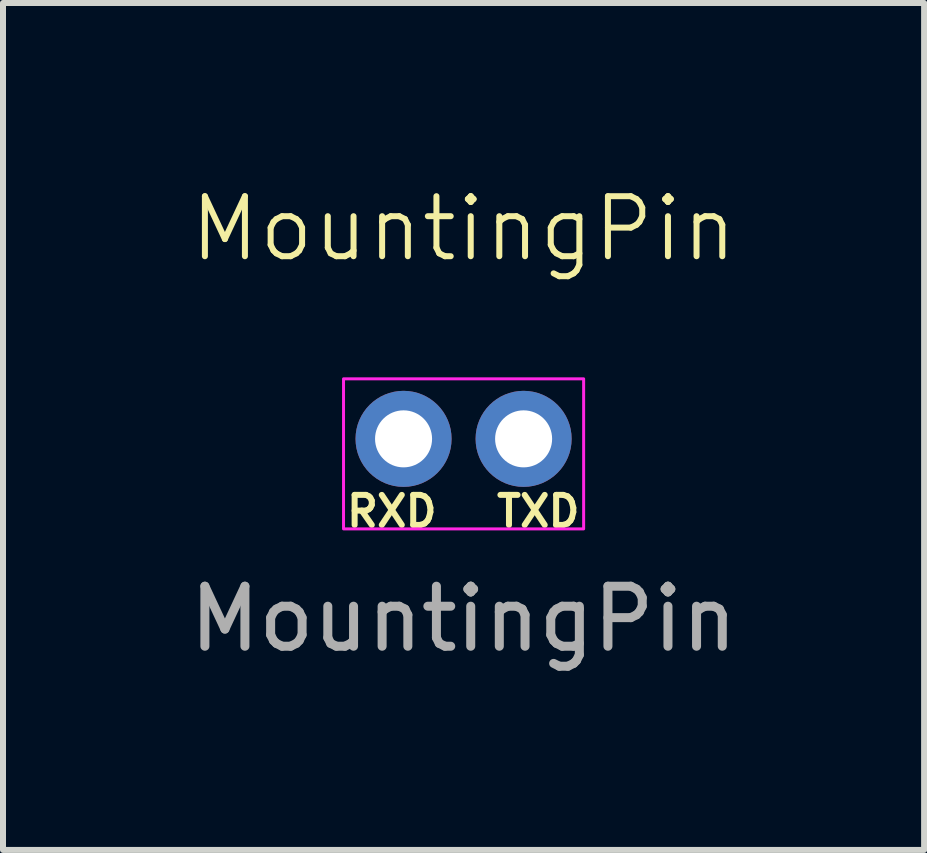
<source format=kicad_pcb>
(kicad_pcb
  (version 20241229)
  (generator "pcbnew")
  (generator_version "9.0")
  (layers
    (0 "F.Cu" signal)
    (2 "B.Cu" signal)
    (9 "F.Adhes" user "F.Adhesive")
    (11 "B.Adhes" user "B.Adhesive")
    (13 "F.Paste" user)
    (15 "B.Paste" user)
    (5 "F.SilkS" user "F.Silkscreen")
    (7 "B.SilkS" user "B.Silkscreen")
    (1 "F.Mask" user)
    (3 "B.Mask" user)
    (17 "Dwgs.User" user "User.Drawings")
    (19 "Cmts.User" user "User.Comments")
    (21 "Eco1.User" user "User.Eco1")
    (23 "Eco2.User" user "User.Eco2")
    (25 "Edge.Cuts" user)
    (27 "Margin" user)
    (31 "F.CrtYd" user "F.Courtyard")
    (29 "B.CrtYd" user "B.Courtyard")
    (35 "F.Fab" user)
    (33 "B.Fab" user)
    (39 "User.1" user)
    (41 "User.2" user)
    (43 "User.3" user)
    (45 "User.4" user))
  (footprint "MountingPin"
    (layer "F.Cu")
    (at 4.673 4.261)
    (property "Reference" "MountingPin" (at 0 -3.5 0) (unlocked yes) (layer "F.SilkS") (effects (font (size 1 1) (thickness 0.1))))
    (attr smd)
    (fp_rect (start -2 -1) (end 2 1.5) (stroke (width 0.05) (type default)) (fill no) (layer "F.CrtYd"))
    (fp_text user "TXD" (at 0.5 1.5 0) (unlocked yes) (layer "F.SilkS") (effects (font (size 0.5 0.5) (thickness 0.1)) (justify left bottom)))
    (fp_text user "RXD" (at -2 1.5 0) (unlocked yes) (layer "F.SilkS") (effects (font (size 0.5 0.5) (thickness 0.1)) (justify left bottom)))
    (fp_text user "${REFERENCE}" (at 0 3 0) (unlocked yes) (layer "F.Fab") (effects (font (size 1 1) (thickness 0.15))))
    (pad "1" thru_hole circle (at 1 0) (size 1.6 1.6) (drill 0.95) (layers "*.Cu" "*.Mask"))
    (pad "2" thru_hole circle (at -1 0) (size 1.6 1.6) (drill 0.95) (layers "*.Cu" "*.Mask")))
  (gr_rect
    (start -3 -3)
    (end 12.345 11.109)
    (stroke (width 0.1) (type default))
    (fill no)
    (layer "Edge.Cuts")))
</source>
